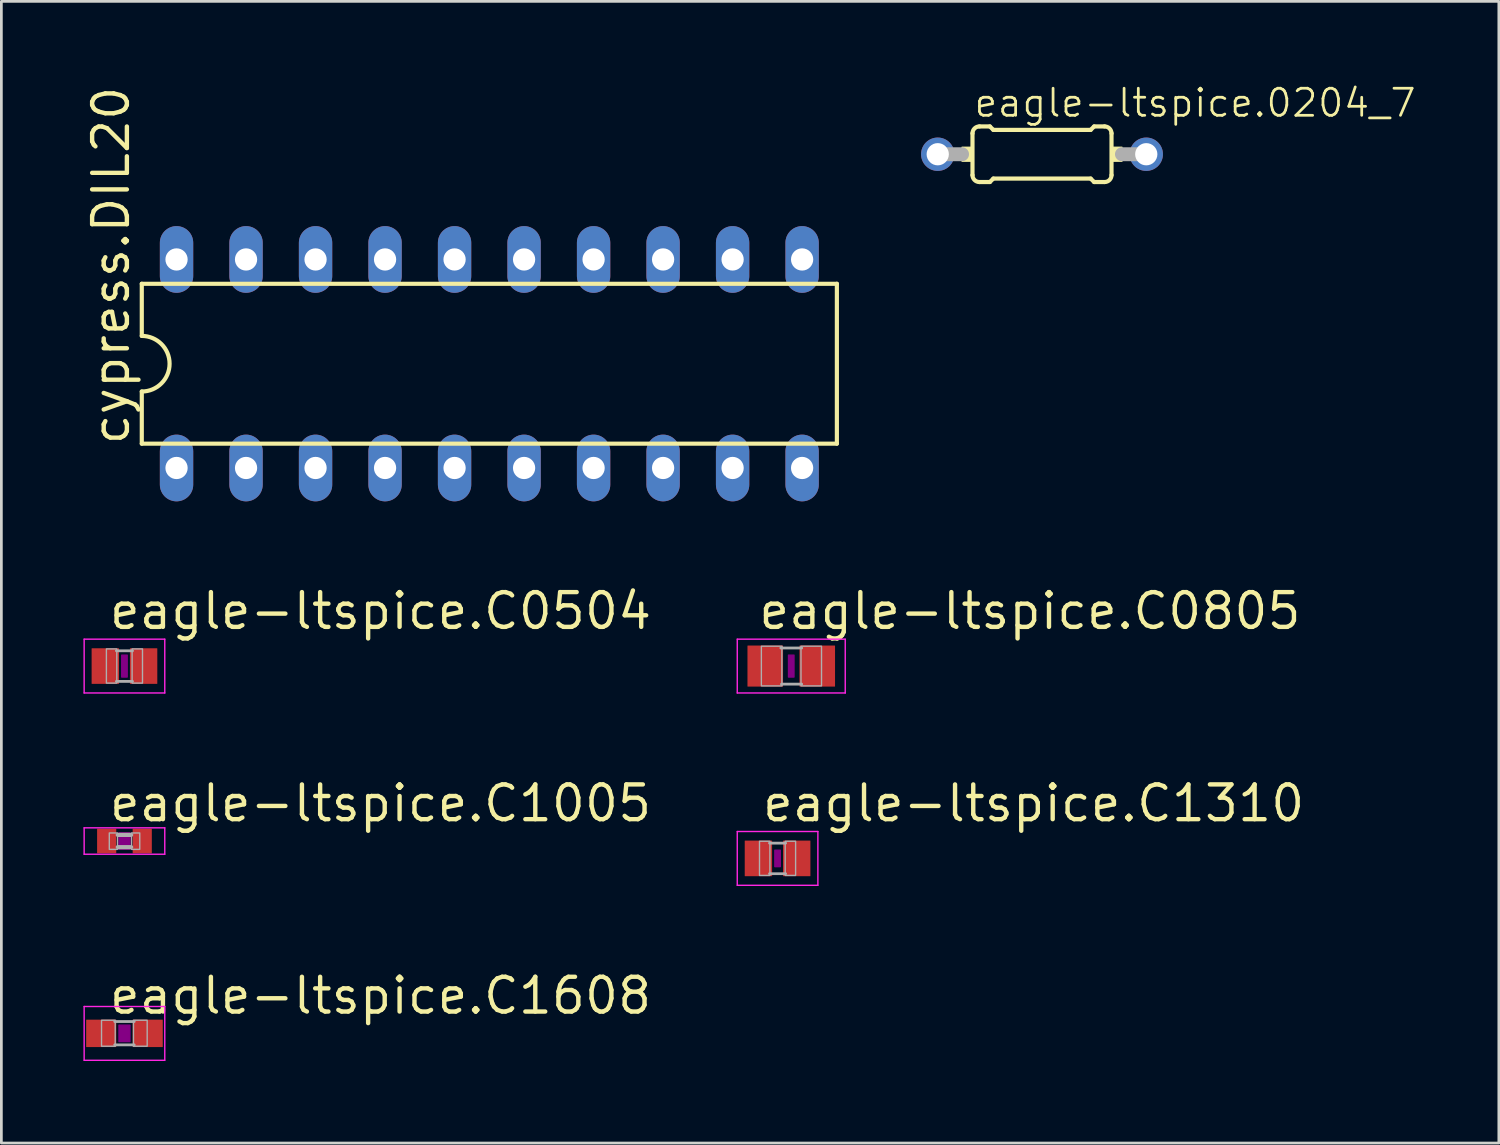
<source format=kicad_pcb>
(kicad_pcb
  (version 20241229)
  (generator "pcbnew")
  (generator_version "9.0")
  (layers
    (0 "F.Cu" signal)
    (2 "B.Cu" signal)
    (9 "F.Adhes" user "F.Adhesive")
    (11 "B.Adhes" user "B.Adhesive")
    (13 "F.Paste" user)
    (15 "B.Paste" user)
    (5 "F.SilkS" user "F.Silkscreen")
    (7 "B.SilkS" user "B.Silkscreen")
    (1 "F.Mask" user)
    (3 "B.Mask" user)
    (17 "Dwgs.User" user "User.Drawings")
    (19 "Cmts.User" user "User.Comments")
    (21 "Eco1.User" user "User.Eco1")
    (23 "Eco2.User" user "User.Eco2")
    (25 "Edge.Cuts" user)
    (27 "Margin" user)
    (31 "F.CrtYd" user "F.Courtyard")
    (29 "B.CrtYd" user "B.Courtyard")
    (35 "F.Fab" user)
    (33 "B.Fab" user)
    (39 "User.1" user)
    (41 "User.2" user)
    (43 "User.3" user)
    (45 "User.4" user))
  (footprint "eagle-ltspice.C1005"
    (layer "F.Cu")
    (at 1.498 27.683)
    (property "Reference" "eagle-ltspice.C1005" (at -0.635 -0.635 0) (layer "F.SilkS") (effects (font (size 1.27 1.27) (thickness 0.16)) (justify left bottom)))
    (attr smd)
    (fp_rect (start -0.2 0.3) (end 0.2 -0.3) (stroke (width 0.05) (type default)) (fill yes) (layer "F.Adhes"))
    (fp_line (start -1.473 -0.483) (end 1.473 -0.483) (stroke (width 0.051) (type default)) (layer "F.CrtYd"))
    (fp_line (start -1.473 0.483) (end -1.473 -0.483) (stroke (width 0.051) (type default)) (layer "F.CrtYd"))
    (fp_line (start 1.473 -0.483) (end 1.473 0.483) (stroke (width 0.051) (type default)) (layer "F.CrtYd"))
    (fp_line (start 1.473 0.483) (end -1.473 0.483) (stroke (width 0.051) (type default)) (layer "F.CrtYd"))
    (fp_line (start -0.245 -0.224) (end 0.245 -0.224) (stroke (width 0.152) (type default)) (layer "F.Fab"))
    (fp_line (start 0.245 0.224) (end -0.245 0.224) (stroke (width 0.152) (type default)) (layer "F.Fab"))
    (fp_rect (start -0.554 0.305) (end -0.254 -0.295) (stroke (width 0.05) (type default)) (fill no) (layer "F.Fab"))
    (fp_rect (start 0.259 0.305) (end 0.559 -0.295) (stroke (width 0.05) (type default)) (fill no) (layer "F.Fab"))
    (pad "1" smd roundrect (at -0.65 0) (size 0.7 0.9) (layers "F.Cu" "F.Mask" "F.Paste") (roundrect_rratio 0.01))
    (pad "2" smd roundrect (at 0.65 0) (size 0.7 0.9) (layers "F.Cu" "F.Mask" "F.Paste") (roundrect_rratio 0.01)))
  (footprint "eagle-ltspice.C0805"
    (layer "F.Cu")
    (at 25.864 21.29)
    (property "Reference" "eagle-ltspice.C0805" (at -1.27 -1.27 0) (layer "F.SilkS") (effects (font (size 1.27 1.27) (thickness 0.16)) (justify left bottom)))
    (attr smd)
    (fp_rect (start -0.1 0.4) (end 0.1 -0.4) (stroke (width 0.05) (type default)) (fill yes) (layer "F.Adhes"))
    (fp_line (start -1.973 -0.983) (end 1.973 -0.983) (stroke (width 0.051) (type default)) (layer "F.CrtYd"))
    (fp_line (start -1.973 0.983) (end -1.973 -0.983) (stroke (width 0.051) (type default)) (layer "F.CrtYd"))
    (fp_line (start 1.973 -0.983) (end 1.973 0.983) (stroke (width 0.051) (type default)) (layer "F.CrtYd"))
    (fp_line (start 1.973 0.983) (end -1.973 0.983) (stroke (width 0.051) (type default)) (layer "F.CrtYd"))
    (fp_line (start -0.381 -0.66) (end 0.381 -0.66) (stroke (width 0.102) (type default)) (layer "F.Fab"))
    (fp_line (start -0.356 0.66) (end 0.381 0.66) (stroke (width 0.102) (type default)) (layer "F.Fab"))
    (fp_rect (start -1.092 0.724) (end -0.342 -0.726) (stroke (width 0.05) (type default)) (fill no) (layer "F.Fab"))
    (fp_rect (start 0.356 0.724) (end 1.106 -0.726) (stroke (width 0.05) (type default)) (fill no) (layer "F.Fab"))
    (pad "1" smd roundrect (at -0.95 0) (size 1.3 1.5) (layers "F.Cu" "F.Mask" "F.Paste") (roundrect_rratio 0.01))
    (pad "2" smd roundrect (at 0.95 0) (size 1.3 1.5) (layers "F.Cu" "F.Mask" "F.Paste") (roundrect_rratio 0.01)))
  (footprint "cypress.DIL20"
    (layer "F.Cu")
    (at 14.831 10.241)
    (property "Reference" "cypress.DIL20" (at -13.081 3.048 90) (layer "F.SilkS") (effects (font (size 1.27 1.27) (thickness 0.16)) (justify left bottom)))
    (attr through_hole)
    (fp_line (start -12.7 -2.921) (end -12.7 -1.016) (stroke (width 0.152) (type default)) (layer "F.SilkS"))
    (fp_line (start -12.7 2.921) (end -12.7 1.016) (stroke (width 0.152) (type default)) (layer "F.SilkS"))
    (fp_line (start -12.7 2.921) (end 12.7 2.921) (stroke (width 0.152) (type default)) (layer "F.SilkS"))
    (fp_line (start 12.7 -2.921) (end -12.7 -2.921) (stroke (width 0.152) (type default)) (layer "F.SilkS"))
    (fp_line (start 12.7 -2.921) (end 12.7 2.921) (stroke (width 0.152) (type default)) (layer "F.SilkS"))
    (fp_arc (start -12.7 -1.016) (mid -11.684 0) (end -12.7 1.016) (stroke (width 0.1524) (type default)) (layer "F.SilkS"))
    (pad "1" thru_hole oval (at -11.43 3.81 90) (size 2.438 1.219) (drill 0.813) (layers "*.Cu" "*.Mask"))
    (pad "2" thru_hole oval (at -8.89 3.81 90) (size 2.438 1.219) (drill 0.813) (layers "*.Cu" "*.Mask"))
    (pad "3" thru_hole oval (at -6.35 3.81 90) (size 2.438 1.219) (drill 0.813) (layers "*.Cu" "*.Mask"))
    (pad "4" thru_hole oval (at -3.81 3.81 90) (size 2.438 1.219) (drill 0.813) (layers "*.Cu" "*.Mask"))
    (pad "5" thru_hole oval (at -1.27 3.81 90) (size 2.438 1.219) (drill 0.813) (layers "*.Cu" "*.Mask"))
    (pad "6" thru_hole oval (at 1.27 3.81 90) (size 2.438 1.219) (drill 0.813) (layers "*.Cu" "*.Mask"))
    (pad "7" thru_hole oval (at 3.81 3.81 90) (size 2.438 1.219) (drill 0.813) (layers "*.Cu" "*.Mask"))
    (pad "8" thru_hole oval (at 6.35 3.81 90) (size 2.438 1.219) (drill 0.813) (layers "*.Cu" "*.Mask"))
    (pad "9" thru_hole oval (at 8.89 3.81 90) (size 2.438 1.219) (drill 0.813) (layers "*.Cu" "*.Mask"))
    (pad "10" thru_hole oval (at 11.43 3.81 90) (size 2.438 1.219) (drill 0.813) (layers "*.Cu" "*.Mask"))
    (pad "11" thru_hole oval (at 11.43 -3.81 90) (size 2.438 1.219) (drill 0.813) (layers "*.Cu" "*.Mask"))
    (pad "12" thru_hole oval (at 8.89 -3.81 90) (size 2.438 1.219) (drill 0.813) (layers "*.Cu" "*.Mask"))
    (pad "13" thru_hole oval (at 6.35 -3.81 90) (size 2.438 1.219) (drill 0.813) (layers "*.Cu" "*.Mask"))
    (pad "14" thru_hole oval (at 3.81 -3.81 90) (size 2.438 1.219) (drill 0.813) (layers "*.Cu" "*.Mask"))
    (pad "15" thru_hole oval (at 1.27 -3.81 90) (size 2.438 1.219) (drill 0.813) (layers "*.Cu" "*.Mask"))
    (pad "16" thru_hole oval (at -1.27 -3.81 90) (size 2.438 1.219) (drill 0.813) (layers "*.Cu" "*.Mask"))
    (pad "17" thru_hole oval (at -3.81 -3.81 90) (size 2.438 1.219) (drill 0.813) (layers "*.Cu" "*.Mask"))
    (pad "18" thru_hole oval (at -6.35 -3.81 90) (size 2.438 1.219) (drill 0.813) (layers "*.Cu" "*.Mask"))
    (pad "19" thru_hole oval (at -8.89 -3.81 90) (size 2.438 1.219) (drill 0.813) (layers "*.Cu" "*.Mask"))
    (pad "20" thru_hole oval (at -11.43 -3.81 90) (size 2.438 1.219) (drill 0.813) (layers "*.Cu" "*.Mask")))
  (footprint "eagle-ltspice.0204_7"
    (layer "F.Cu")
    (at 35.027 2.586)
    (property "Reference" "eagle-ltspice.0204_7" (at -2.54 -1.295 0) (layer "F.SilkS") (effects (font (size 0.991 0.991) (thickness 0.1)) (justify left bottom)))
    (attr through_hole)
    (fp_line (start -2.54 0.762) (end -2.54 -0.762) (stroke (width 0.152) (type default)) (layer "F.SilkS"))
    (fp_line (start -2.286 -1.016) (end -1.905 -1.016) (stroke (width 0.152) (type default)) (layer "F.SilkS"))
    (fp_line (start -2.286 1.016) (end -1.905 1.016) (stroke (width 0.152) (type default)) (layer "F.SilkS"))
    (fp_line (start -1.778 -0.889) (end -1.905 -1.016) (stroke (width 0.152) (type default)) (layer "F.SilkS"))
    (fp_line (start -1.778 0.889) (end -1.905 1.016) (stroke (width 0.152) (type default)) (layer "F.SilkS"))
    (fp_line (start 1.778 -0.889) (end -1.778 -0.889) (stroke (width 0.152) (type default)) (layer "F.SilkS"))
    (fp_line (start 1.778 -0.889) (end 1.905 -1.016) (stroke (width 0.152) (type default)) (layer "F.SilkS"))
    (fp_line (start 1.778 0.889) (end -1.778 0.889) (stroke (width 0.152) (type default)) (layer "F.SilkS"))
    (fp_line (start 1.778 0.889) (end 1.905 1.016) (stroke (width 0.152) (type default)) (layer "F.SilkS"))
    (fp_line (start 2.286 -1.016) (end 1.905 -1.016) (stroke (width 0.152) (type default)) (layer "F.SilkS"))
    (fp_line (start 2.286 1.016) (end 1.905 1.016) (stroke (width 0.152) (type default)) (layer "F.SilkS"))
    (fp_line (start 2.54 0.762) (end 2.54 -0.762) (stroke (width 0.152) (type default)) (layer "F.SilkS"))
    (fp_rect (start -2.921 0.254) (end -2.54 -0.254) (stroke (width 0.05) (type default)) (fill yes) (layer "F.SilkS"))
    (fp_rect (start 2.54 0.254) (end 2.921 -0.254) (stroke (width 0.05) (type default)) (fill yes) (layer "F.SilkS"))
    (fp_arc (start -2.54 -0.762) (mid -2.465605 -0.941605) (end -2.286 -1.016) (stroke (width 0.1524) (type default)) (layer "F.SilkS"))
    (fp_arc (start -2.286 1.016) (mid -2.465605 0.941605) (end -2.54 0.762) (stroke (width 0.1524) (type default)) (layer "F.SilkS"))
    (fp_arc (start 2.286 -1.016) (mid 2.465605 -0.941605) (end 2.54 -0.762) (stroke (width 0.1524) (type default)) (layer "F.SilkS"))
    (fp_arc (start 2.54 0.762) (mid 2.465605 0.941605) (end 2.286 1.016) (stroke (width 0.1524) (type default)) (layer "F.SilkS"))
    (fp_line (start -3.81 0) (end -2.921 0) (stroke (width 0.508) (type default)) (layer "F.Fab"))
    (fp_line (start 3.81 0) (end 2.921 0) (stroke (width 0.508) (type default)) (layer "F.Fab"))
    (pad "1" thru_hole circle (at -3.81 0) (size 1.219 1.219) (drill 0.813) (layers "*.Cu" "*.Mask"))
    (pad "2" thru_hole circle (at 3.81 0) (size 1.219 1.219) (drill 0.813) (layers "*.Cu" "*.Mask")))
  (footprint "eagle-ltspice.C0504"
    (layer "F.Cu")
    (at 1.498 21.29)
    (property "Reference" "eagle-ltspice.C0504" (at -0.635 -1.27 0) (layer "F.SilkS") (effects (font (size 1.27 1.27) (thickness 0.16)) (justify left bottom)))
    (attr smd)
    (fp_rect (start -0.1 0.4) (end 0.1 -0.4) (stroke (width 0.05) (type default)) (fill yes) (layer "F.Adhes"))
    (fp_line (start -1.473 -0.983) (end 1.473 -0.983) (stroke (width 0.051) (type default)) (layer "F.CrtYd"))
    (fp_line (start -1.473 0.983) (end -1.473 -0.983) (stroke (width 0.051) (type default)) (layer "F.CrtYd"))
    (fp_line (start 1.473 -0.983) (end 1.473 0.983) (stroke (width 0.051) (type default)) (layer "F.CrtYd"))
    (fp_line (start 1.473 0.983) (end -1.473 0.983) (stroke (width 0.051) (type default)) (layer "F.CrtYd"))
    (fp_line (start -0.294 -0.559) (end 0.294 -0.559) (stroke (width 0.102) (type default)) (layer "F.Fab"))
    (fp_line (start -0.294 0.559) (end 0.294 0.559) (stroke (width 0.102) (type default)) (layer "F.Fab"))
    (fp_rect (start -0.66 0.622) (end -0.28 -0.628) (stroke (width 0.05) (type default)) (fill no) (layer "F.Fab"))
    (fp_rect (start 0.279 0.622) (end 0.659 -0.628) (stroke (width 0.05) (type default)) (fill no) (layer "F.Fab"))
    (pad "1" smd roundrect (at -0.7 0) (size 1 1.3) (layers "F.Cu" "F.Mask" "F.Paste") (roundrect_rratio 0.01))
    (pad "2" smd roundrect (at 0.7 0) (size 1 1.3) (layers "F.Cu" "F.Mask" "F.Paste") (roundrect_rratio 0.01)))
  (footprint "eagle-ltspice.C1608"
    (layer "F.Cu")
    (at 1.498 34.712)
    (property "Reference" "eagle-ltspice.C1608" (at -0.635 -0.635 0) (layer "F.SilkS") (effects (font (size 1.27 1.27) (thickness 0.16)) (justify left bottom)))
    (attr smd)
    (fp_rect (start -0.2 0.3) (end 0.2 -0.3) (stroke (width 0.05) (type default)) (fill yes) (layer "F.Adhes"))
    (fp_line (start -1.473 -0.983) (end 1.473 -0.983) (stroke (width 0.051) (type default)) (layer "F.CrtYd"))
    (fp_line (start -1.473 0.983) (end -1.473 -0.983) (stroke (width 0.051) (type default)) (layer "F.CrtYd"))
    (fp_line (start 1.473 -0.983) (end 1.473 0.983) (stroke (width 0.051) (type default)) (layer "F.CrtYd"))
    (fp_line (start 1.473 0.983) (end -1.473 0.983) (stroke (width 0.051) (type default)) (layer "F.CrtYd"))
    (fp_line (start -0.356 -0.432) (end 0.356 -0.432) (stroke (width 0.102) (type default)) (layer "F.Fab"))
    (fp_line (start -0.356 0.419) (end 0.356 0.419) (stroke (width 0.102) (type default)) (layer "F.Fab"))
    (fp_rect (start -0.838 0.47) (end -0.338 -0.48) (stroke (width 0.05) (type default)) (fill no) (layer "F.Fab"))
    (fp_rect (start 0.33 0.47) (end 0.83 -0.48) (stroke (width 0.05) (type default)) (fill no) (layer "F.Fab"))
    (pad "1" smd roundrect (at -0.85 0) (size 1.1 1) (layers "F.Cu" "F.Mask" "F.Paste") (roundrect_rratio 0.01))
    (pad "2" smd roundrect (at 0.85 0) (size 1.1 1) (layers "F.Cu" "F.Mask" "F.Paste") (roundrect_rratio 0.01)))
  (footprint "eagle-ltspice.C1310"
    (layer "F.Cu")
    (at 25.364 28.318)
    (property "Reference" "eagle-ltspice.C1310" (at -0.635 -1.27 0) (layer "F.SilkS") (effects (font (size 1.27 1.27) (thickness 0.16)) (justify left bottom)))
    (attr smd)
    (fp_rect (start -0.1 0.3) (end 0.1 -0.3) (stroke (width 0.05) (type default)) (fill yes) (layer "F.Adhes"))
    (fp_line (start -1.473 -0.983) (end 1.473 -0.983) (stroke (width 0.051) (type default)) (layer "F.CrtYd"))
    (fp_line (start -1.473 0.983) (end -1.473 -0.983) (stroke (width 0.051) (type default)) (layer "F.CrtYd"))
    (fp_line (start 1.473 -0.983) (end 1.473 0.983) (stroke (width 0.051) (type default)) (layer "F.CrtYd"))
    (fp_line (start 1.473 0.983) (end -1.473 0.983) (stroke (width 0.051) (type default)) (layer "F.CrtYd"))
    (fp_line (start -0.294 -0.559) (end 0.294 -0.559) (stroke (width 0.102) (type default)) (layer "F.Fab"))
    (fp_line (start -0.294 0.559) (end 0.294 0.559) (stroke (width 0.102) (type default)) (layer "F.Fab"))
    (fp_rect (start -0.66 0.622) (end -0.28 -0.628) (stroke (width 0.05) (type default)) (fill no) (layer "F.Fab"))
    (fp_rect (start 0.279 0.622) (end 0.659 -0.628) (stroke (width 0.05) (type default)) (fill no) (layer "F.Fab"))
    (pad "1" smd roundrect (at -0.7 0) (size 1 1.3) (layers "F.Cu" "F.Mask" "F.Paste") (roundrect_rratio 0.01))
    (pad "2" smd roundrect (at 0.7 0) (size 1 1.3) (layers "F.Cu" "F.Mask" "F.Paste") (roundrect_rratio 0.01)))
  (gr_rect
    (start -3 -3)
    (end 51.721 38.72)
    (stroke (width 0.1) (type default))
    (fill no)
    (layer "Edge.Cuts")))
</source>
